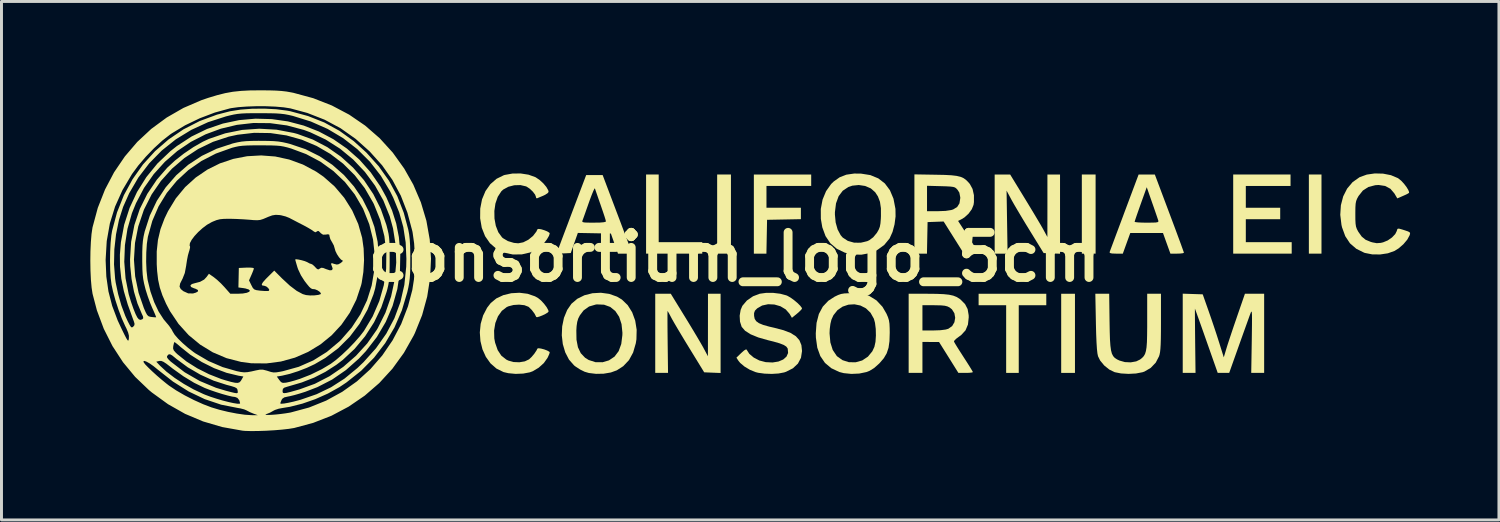
<source format=kicad_pcb>
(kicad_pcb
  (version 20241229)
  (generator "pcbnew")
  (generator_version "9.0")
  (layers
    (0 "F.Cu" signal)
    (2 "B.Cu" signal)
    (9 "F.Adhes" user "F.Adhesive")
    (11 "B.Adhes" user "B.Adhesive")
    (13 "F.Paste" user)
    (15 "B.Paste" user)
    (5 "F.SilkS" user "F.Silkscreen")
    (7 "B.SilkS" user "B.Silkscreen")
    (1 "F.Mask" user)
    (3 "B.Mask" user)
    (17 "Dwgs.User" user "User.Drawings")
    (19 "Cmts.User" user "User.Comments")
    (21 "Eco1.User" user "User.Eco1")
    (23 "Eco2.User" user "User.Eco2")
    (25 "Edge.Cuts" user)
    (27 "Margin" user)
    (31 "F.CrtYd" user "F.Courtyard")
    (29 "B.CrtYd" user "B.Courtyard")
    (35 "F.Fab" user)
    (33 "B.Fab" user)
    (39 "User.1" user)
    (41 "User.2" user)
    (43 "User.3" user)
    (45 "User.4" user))
  (footprint "consortium_logo_5cm"
    (layer "F.Cu")
    (at 21.746 5.63)
    (property "Reference" "consortium_logo_5cm" (at 0 0 0) (layer "F.SilkS") (effects (font (size 1.524 1.524) (thickness 0.3))))
    (attr board_only exclude_from_pos_files exclude_from_bom)
    (fp_poly (pts (xy -0.116 -0.116) (xy -0.581 -0.116) (xy -0.581 -2.788) (xy -0.116 -2.788)) (stroke (width 0) (type solid)) (fill yes) (layer "F.SilkS"))
    (fp_poly (pts (xy 11.5 3.911) (xy 11.035 3.911) (xy 11.035 1.239) (xy 11.5 1.239)) (stroke (width 0) (type solid)) (fill yes) (layer "F.SilkS"))
    (fp_poly (pts (xy 12.197 -0.116) (xy 11.732 -0.116) (xy 11.732 -2.788) (xy 12.197 -2.788)) (stroke (width 0) (type solid)) (fill yes) (layer "F.SilkS"))
    (fp_poly (pts (xy 19.824 -0.116) (xy 19.398 -0.116) (xy 19.398 -2.788) (xy 19.824 -2.788)) (stroke (width 0) (type solid)) (fill yes) (layer "F.SilkS"))
    (fp_poly (pts (xy -2.555 -0.503) (xy -1.084 -0.503) (xy -1.084 -0.116) (xy -2.981 -0.116) (xy -2.981 -2.788) (xy -2.555 -2.788)) (stroke (width 0) (type solid)) (fill yes) (layer "F.SilkS"))
    (fp_poly (pts (xy 10.532 1.626) (xy 9.602 1.626) (xy 9.602 3.911) (xy 9.177 3.911) (xy 9.177 1.626) (xy 8.247 1.626) (xy 8.247 1.239) (xy 10.532 1.239)) (stroke (width 0) (type solid)) (fill yes) (layer "F.SilkS"))
    (fp_poly (pts (xy 2.594 -2.401) (xy 1.084 -2.401) (xy 1.084 -1.665) (xy 2.246 -1.665) (xy 2.246 -1.28) (xy 1.675 -1.269) (xy 1.104 -1.258) (xy 1.093 -0.687) (xy 1.082 -0.116) (xy 0.658 -0.116) (xy 0.658 -2.788) (xy 2.594 -2.788)) (stroke (width 0) (type solid)) (fill yes) (layer "F.SilkS"))
    (fp_poly (pts (xy 18.779 -2.401) (xy 17.269 -2.401) (xy 17.269 -1.665) (xy 18.43 -1.665) (xy 18.43 -1.278) (xy 17.269 -1.278) (xy 17.269 -0.503) (xy 18.818 -0.503) (xy 18.818 -0.116) (xy 16.843 -0.116) (xy 16.843 -2.788) (xy 18.779 -2.788)) (stroke (width 0) (type solid)) (fill yes) (layer "F.SilkS"))
    (fp_poly (pts (xy 10.996 -0.113) (xy 10.719 -0.124) (xy 10.442 -0.136) (xy 9.977 -0.891) (xy 9.831 -1.129) (xy 9.689 -1.365) (xy 9.559 -1.584) (xy 9.449 -1.771) (xy 9.369 -1.912) (xy 9.351 -1.945) (xy 9.191 -2.244) (xy 9.208 -1.18) (xy 9.225 -0.116) (xy 8.789 -0.116) (xy 8.789 -2.788) (xy 9.051 -2.788) (xy 9.312 -2.788) (xy 9.815 -1.965) (xy 9.962 -1.723) (xy 10.103 -1.49) (xy 10.23 -1.277) (xy 10.336 -1.098) (xy 10.413 -0.964) (xy 10.443 -0.91) (xy 10.569 -0.678) (xy 10.57 -1.733) (xy 10.57 -2.788) (xy 10.996 -2.788)) (stroke (width 0) (type solid)) (fill yes) (layer "F.SilkS"))
    (fp_poly (pts (xy -1.665 2.023) (xy -1.518 2.263) (xy -1.377 2.497) (xy -1.248 2.713) (xy -1.14 2.897) (xy -1.061 3.035) (xy -1.038 3.078) (xy -0.893 3.349) (xy -0.892 2.294) (xy -0.891 1.239) (xy -0.465 1.239) (xy -0.465 3.914) (xy -0.742 3.903) (xy -1.019 3.891) (xy -1.518 3.078) (xy -1.664 2.839) (xy -1.803 2.608) (xy -1.928 2.399) (xy -2.031 2.223) (xy -2.105 2.093) (xy -2.132 2.042) (xy -2.192 1.929) (xy -2.237 1.848) (xy -2.256 1.82) (xy -2.258 1.857) (xy -2.259 1.961) (xy -2.259 2.123) (xy -2.258 2.333) (xy -2.256 2.58) (xy -2.253 2.854) (xy -2.253 2.865) (xy -2.24 3.911) (xy -2.672 3.911) (xy -2.672 1.239) (xy -2.147 1.239)) (stroke (width 0) (type solid)) (fill yes) (layer "F.SilkS"))
    (fp_poly (pts (xy 12.668 2.178) (xy 12.674 2.513) (xy 12.682 2.779) (xy 12.696 2.986) (xy 12.717 3.144) (xy 12.747 3.26) (xy 12.79 3.344) (xy 12.847 3.407) (xy 12.921 3.455) (xy 13.003 3.494) (xy 13.186 3.546) (xy 13.384 3.555) (xy 13.569 3.522) (xy 13.699 3.459) (xy 13.769 3.403) (xy 13.824 3.344) (xy 13.866 3.271) (xy 13.896 3.174) (xy 13.917 3.045) (xy 13.93 2.873) (xy 13.936 2.649) (xy 13.939 2.362) (xy 13.939 2.178) (xy 13.939 1.239) (xy 14.404 1.239) (xy 14.404 2.2) (xy 14.403 2.515) (xy 14.4 2.763) (xy 14.394 2.954) (xy 14.385 3.1) (xy 14.373 3.21) (xy 14.356 3.295) (xy 14.34 3.348) (xy 14.228 3.564) (xy 14.058 3.742) (xy 13.848 3.865) (xy 13.779 3.889) (xy 13.56 3.931) (xy 13.306 3.944) (xy 13.054 3.929) (xy 12.842 3.887) (xy 12.66 3.799) (xy 12.488 3.66) (xy 12.35 3.493) (xy 12.279 3.349) (xy 12.259 3.256) (xy 12.242 3.102) (xy 12.228 2.884) (xy 12.216 2.596) (xy 12.207 2.234) (xy 12.207 2.217) (xy 12.188 1.239) (xy 12.656 1.239)) (stroke (width 0) (type solid)) (fill yes) (layer "F.SilkS"))
    (fp_poly (pts (xy 14.688 -1.481) (xy 14.801 -1.18) (xy 14.905 -0.902) (xy 14.996 -0.655) (xy 15.073 -0.447) (xy 15.13 -0.288) (xy 15.167 -0.184) (xy 15.179 -0.145) (xy 15.143 -0.13) (xy 15.052 -0.119) (xy 14.95 -0.116) (xy 14.723 -0.116) (xy 14.597 -0.465) (xy 14.472 -0.813) (xy 13.368 -0.813) (xy 13.242 -0.465) (xy 13.116 -0.116) (xy 12.885 -0.116) (xy 12.749 -0.121) (xy 12.681 -0.138) (xy 12.67 -0.165) (xy 12.686 -0.211) (xy 12.727 -0.321) (xy 12.789 -0.487) (xy 12.868 -0.7) (xy 12.962 -0.951) (xy 13.052 -1.191) (xy 13.514 -1.191) (xy 13.55 -1.179) (xy 13.647 -1.169) (xy 13.79 -1.163) (xy 13.924 -1.162) (xy 14.107 -1.163) (xy 14.224 -1.167) (xy 14.29 -1.178) (xy 14.316 -1.196) (xy 14.316 -1.225) (xy 14.315 -1.229) (xy 14.295 -1.289) (xy 14.255 -1.407) (xy 14.2 -1.567) (xy 14.135 -1.755) (xy 14.109 -1.828) (xy 13.924 -2.359) (xy 13.72 -1.79) (xy 13.65 -1.592) (xy 13.59 -1.421) (xy 13.545 -1.288) (xy 13.519 -1.208) (xy 13.514 -1.191) (xy 13.052 -1.191) (xy 13.067 -1.231) (xy 13.167 -1.5) (xy 13.649 -2.787) (xy 13.923 -2.787) (xy 14.197 -2.788)) (stroke (width 0) (type solid)) (fill yes) (layer "F.SilkS"))
    (fp_poly (pts (xy 6.805 -2.78) (xy 7.099 -2.774) (xy 7.328 -2.762) (xy 7.504 -2.741) (xy 7.639 -2.709) (xy 7.744 -2.662) (xy 7.832 -2.596) (xy 7.916 -2.509) (xy 7.952 -2.466) (xy 8.042 -2.3) (xy 8.089 -2.089) (xy 8.089 -1.855) (xy 8.076 -1.763) (xy 8.017 -1.616) (xy 7.908 -1.466) (xy 7.767 -1.338) (xy 7.682 -1.285) (xy 7.554 -1.22) (xy 7.901 -0.687) (xy 8.017 -0.508) (xy 8.116 -0.352) (xy 8.192 -0.231) (xy 8.237 -0.155) (xy 8.247 -0.136) (xy 8.212 -0.126) (xy 8.12 -0.119) (xy 7.998 -0.116) (xy 7.749 -0.116) (xy 7.408 -0.658) (xy 7.066 -1.201) (xy 6.795 -1.191) (xy 6.524 -1.181) (xy 6.513 -0.649) (xy 6.503 -0.116) (xy 6.079 -0.116) (xy 6.079 -2.407) (xy 6.505 -2.407) (xy 6.505 -1.549) (xy 6.872 -1.549) (xy 7.131 -1.559) (xy 7.322 -1.588) (xy 7.389 -1.609) (xy 7.523 -1.691) (xy 7.6 -1.813) (xy 7.627 -1.987) (xy 7.628 -2.013) (xy 7.596 -2.177) (xy 7.534 -2.273) (xy 7.492 -2.318) (xy 7.448 -2.35) (xy 7.387 -2.369) (xy 7.292 -2.381) (xy 7.15 -2.389) (xy 6.973 -2.394) (xy 6.505 -2.407) (xy 6.079 -2.407) (xy 6.079 -2.792)) (stroke (width 0) (type solid)) (fill yes) (layer "F.SilkS"))
    (fp_poly (pts (xy 15.477 1.247) (xy 15.814 1.258) (xy 16.019 1.839) (xy 16.106 2.09) (xy 16.199 2.365) (xy 16.288 2.634) (xy 16.362 2.866) (xy 16.374 2.903) (xy 16.525 3.386) (xy 16.611 3.097) (xy 16.65 2.97) (xy 16.71 2.787) (xy 16.784 2.564) (xy 16.867 2.317) (xy 16.955 2.062) (xy 16.968 2.023) (xy 17.239 1.239) (xy 17.888 1.239) (xy 17.888 3.911) (xy 17.452 3.911) (xy 17.47 2.826) (xy 17.474 2.509) (xy 17.477 2.263) (xy 17.478 2.08) (xy 17.477 1.954) (xy 17.472 1.877) (xy 17.464 1.842) (xy 17.453 1.843) (xy 17.438 1.872) (xy 17.425 1.906) (xy 17.394 1.988) (xy 17.343 2.131) (xy 17.274 2.323) (xy 17.192 2.551) (xy 17.102 2.803) (xy 17.035 2.991) (xy 16.708 3.911) (xy 16.514 3.91) (xy 16.32 3.91) (xy 15.938 2.826) (xy 15.842 2.553) (xy 15.754 2.305) (xy 15.678 2.092) (xy 15.617 1.922) (xy 15.574 1.803) (xy 15.553 1.746) (xy 15.551 1.742) (xy 15.55 1.779) (xy 15.55 1.884) (xy 15.551 2.047) (xy 15.553 2.257) (xy 15.555 2.506) (xy 15.558 2.783) (xy 15.558 2.826) (xy 15.571 3.911) (xy 15.139 3.911) (xy 15.139 1.236)) (stroke (width 0) (type solid)) (fill yes) (layer "F.SilkS"))
    (fp_poly (pts (xy 6.828 1.242) (xy 7.064 1.252) (xy 7.247 1.271) (xy 7.39 1.302) (xy 7.504 1.347) (xy 7.603 1.408) (xy 7.643 1.44) (xy 7.79 1.59) (xy 7.876 1.756) (xy 7.911 1.962) (xy 7.913 2.036) (xy 7.887 2.278) (xy 7.805 2.474) (xy 7.66 2.632) (xy 7.579 2.691) (xy 7.483 2.763) (xy 7.424 2.825) (xy 7.415 2.854) (xy 7.441 2.902) (xy 7.501 3.002) (xy 7.588 3.141) (xy 7.694 3.306) (xy 7.742 3.381) (xy 7.852 3.551) (xy 7.945 3.698) (xy 8.013 3.81) (xy 8.05 3.875) (xy 8.054 3.885) (xy 8.018 3.898) (xy 7.926 3.908) (xy 7.809 3.911) (xy 7.564 3.911) (xy 7.238 3.389) (xy 6.911 2.868) (xy 6.631 2.867) (xy 6.35 2.865) (xy 6.35 3.911) (xy 5.885 3.911) (xy 5.885 1.626) (xy 6.35 1.626) (xy 6.35 2.478) (xy 6.719 2.478) (xy 6.955 2.47) (xy 7.135 2.447) (xy 7.224 2.421) (xy 7.353 2.331) (xy 7.43 2.2) (xy 7.456 2.05) (xy 7.429 1.898) (xy 7.347 1.766) (xy 7.267 1.702) (xy 7.194 1.666) (xy 7.104 1.643) (xy 6.978 1.631) (xy 6.798 1.627) (xy 6.747 1.626) (xy 6.35 1.626) (xy 5.885 1.626) (xy 5.885 1.239) (xy 6.526 1.239)) (stroke (width 0) (type solid)) (fill yes) (layer "F.SilkS"))
    (fp_poly (pts (xy -4.03 -1.665) (xy -3.921 -1.377) (xy -3.817 -1.102) (xy -3.723 -0.851) (xy -3.642 -0.636) (xy -3.578 -0.468) (xy -3.537 -0.357) (xy -3.53 -0.339) (xy -3.447 -0.116) (xy -3.689 -0.116) (xy -3.93 -0.116) (xy -4.05 -0.455) (xy -4.169 -0.794) (xy -5.285 -0.815) (xy -5.405 -0.475) (xy -5.524 -0.136) (xy -5.763 -0.124) (xy -5.887 -0.12) (xy -5.973 -0.12) (xy -6 -0.124) (xy -5.987 -0.162) (xy -5.949 -0.263) (xy -5.89 -0.421) (xy -5.813 -0.627) (xy -5.72 -0.873) (xy -5.615 -1.151) (xy -5.597 -1.199) (xy -5.136 -1.199) (xy -5.117 -1.18) (xy -5.06 -1.168) (xy -4.952 -1.163) (xy -4.781 -1.162) (xy -4.747 -1.162) (xy -4.538 -1.165) (xy -4.403 -1.177) (xy -4.341 -1.196) (xy -4.337 -1.205) (xy -4.349 -1.256) (xy -4.382 -1.365) (xy -4.433 -1.518) (xy -4.495 -1.699) (xy -4.515 -1.757) (xy -4.581 -1.946) (xy -4.638 -2.111) (xy -4.682 -2.238) (xy -4.707 -2.311) (xy -4.709 -2.32) (xy -4.727 -2.305) (xy -4.764 -2.228) (xy -4.817 -2.099) (xy -4.88 -1.931) (xy -4.914 -1.836) (xy -4.983 -1.64) (xy -5.044 -1.466) (xy -5.093 -1.329) (xy -5.124 -1.245) (xy -5.13 -1.229) (xy -5.136 -1.199) (xy -5.597 -1.199) (xy -5.502 -1.452) (xy -5.004 -2.768) (xy -4.447 -2.768)) (stroke (width 0) (type solid)) (fill yes) (layer "F.SilkS"))
    (fp_poly (pts (xy -4.225 1.243) (xy -3.962 1.336) (xy -3.8 1.433) (xy -3.603 1.622) (xy -3.451 1.864) (xy -3.348 2.146) (xy -3.299 2.454) (xy -3.307 2.777) (xy -3.328 2.911) (xy -3.419 3.224) (xy -3.559 3.48) (xy -3.752 3.684) (xy -3.969 3.824) (xy -4.171 3.897) (xy -4.415 3.938) (xy -4.672 3.943) (xy -4.913 3.914) (xy -5.056 3.872) (xy -5.208 3.797) (xy -5.36 3.698) (xy -5.412 3.658) (xy -5.584 3.462) (xy -5.711 3.217) (xy -5.793 2.939) (xy -5.827 2.642) (xy -5.82 2.475) (xy -5.336 2.475) (xy -5.331 2.79) (xy -5.282 3.045) (xy -5.186 3.246) (xy -5.041 3.399) (xy -4.919 3.475) (xy -4.69 3.549) (xy -4.45 3.551) (xy -4.235 3.488) (xy -4.046 3.361) (xy -3.907 3.176) (xy -3.819 2.935) (xy -3.782 2.637) (xy -3.78 2.555) (xy -3.81 2.263) (xy -3.891 2.016) (xy -4.02 1.822) (xy -4.191 1.684) (xy -4.4 1.608) (xy -4.642 1.598) (xy -4.68 1.603) (xy -4.906 1.669) (xy -5.091 1.801) (xy -5.216 1.966) (xy -5.272 2.075) (xy -5.306 2.188) (xy -5.327 2.331) (xy -5.336 2.475) (xy -5.82 2.475) (xy -5.814 2.341) (xy -5.754 2.051) (xy -5.645 1.786) (xy -5.501 1.577) (xy -5.304 1.409) (xy -5.062 1.289) (xy -4.791 1.221) (xy -4.507 1.205)) (stroke (width 0) (type solid)) (fill yes) (layer "F.SilkS"))
    (fp_poly (pts (xy 4.275 -2.818) (xy 4.591 -2.768) (xy 4.86 -2.657) (xy 5.081 -2.486) (xy 5.252 -2.257) (xy 5.372 -1.972) (xy 5.438 -1.632) (xy 5.439 -1.626) (xy 5.443 -1.372) (xy 5.408 -1.103) (xy 5.34 -0.848) (xy 5.245 -0.637) (xy 5.236 -0.622) (xy 5.061 -0.41) (xy 4.836 -0.246) (xy 4.574 -0.134) (xy 4.289 -0.08) (xy 3.994 -0.087) (xy 3.73 -0.149) (xy 3.459 -0.28) (xy 3.241 -0.466) (xy 3.078 -0.708) (xy 2.969 -1.005) (xy 2.92 -1.29) (xy 2.919 -1.432) (xy 3.395 -1.432) (xy 3.42 -1.167) (xy 3.487 -0.93) (xy 3.589 -0.739) (xy 3.658 -0.659) (xy 3.831 -0.546) (xy 4.041 -0.487) (xy 4.267 -0.483) (xy 4.486 -0.537) (xy 4.555 -0.569) (xy 4.689 -0.669) (xy 4.809 -0.815) (xy 4.819 -0.83) (xy 4.875 -0.929) (xy 4.911 -1.022) (xy 4.932 -1.134) (xy 4.945 -1.288) (xy 4.949 -1.38) (xy 4.948 -1.651) (xy 4.916 -1.867) (xy 4.847 -2.048) (xy 4.754 -2.19) (xy 4.607 -2.318) (xy 4.415 -2.401) (xy 4.201 -2.433) (xy 3.983 -2.411) (xy 3.848 -2.365) (xy 3.659 -2.239) (xy 3.52 -2.054) (xy 3.432 -1.813) (xy 3.395 -1.516) (xy 3.395 -1.432) (xy 2.919 -1.432) (xy 2.918 -1.624) (xy 2.978 -1.94) (xy 3.096 -2.225) (xy 3.267 -2.466) (xy 3.354 -2.551) (xy 3.555 -2.694) (xy 3.781 -2.782) (xy 4.046 -2.82)) (stroke (width 0) (type solid)) (fill yes) (layer "F.SilkS"))
    (fp_poly (pts (xy -6.983 1.239) (xy -6.732 1.325) (xy -6.629 1.383) (xy -6.529 1.465) (xy -6.427 1.575) (xy -6.339 1.691) (xy -6.284 1.792) (xy -6.273 1.839) (xy -6.304 1.874) (xy -6.381 1.921) (xy -6.482 1.97) (xy -6.582 2.009) (xy -6.659 2.03) (xy -6.689 2.024) (xy -6.747 1.911) (xy -6.838 1.789) (xy -6.934 1.693) (xy -6.955 1.677) (xy -7.09 1.625) (xy -7.267 1.606) (xy -7.456 1.618) (xy -7.63 1.663) (xy -7.686 1.688) (xy -7.852 1.816) (xy -7.982 2.001) (xy -8.071 2.227) (xy -8.113 2.481) (xy -8.106 2.747) (xy -8.079 2.89) (xy -7.992 3.141) (xy -7.869 3.328) (xy -7.703 3.46) (xy -7.635 3.494) (xy -7.457 3.544) (xy -7.26 3.552) (xy -7.075 3.521) (xy -6.933 3.454) (xy -6.845 3.371) (xy -6.751 3.258) (xy -6.677 3.146) (xy -6.651 3.09) (xy -6.611 3.078) (xy -6.525 3.09) (xy -6.42 3.118) (xy -6.32 3.156) (xy -6.251 3.195) (xy -6.234 3.218) (xy -6.25 3.273) (xy -6.291 3.367) (xy -6.31 3.405) (xy -6.434 3.58) (xy -6.609 3.737) (xy -6.808 3.855) (xy -6.907 3.892) (xy -7.132 3.934) (xy -7.386 3.944) (xy -7.633 3.921) (xy -7.794 3.883) (xy -8.033 3.765) (xy -8.233 3.59) (xy -8.391 3.369) (xy -8.506 3.114) (xy -8.574 2.836) (xy -8.595 2.546) (xy -8.566 2.254) (xy -8.484 1.972) (xy -8.349 1.711) (xy -8.226 1.552) (xy -8.037 1.396) (xy -7.8 1.285) (xy -7.534 1.221) (xy -7.256 1.205)) (stroke (width 0) (type solid)) (fill yes) (layer "F.SilkS"))
    (fp_poly (pts (xy -6.952 -2.782) (xy -6.725 -2.701) (xy -6.704 -2.69) (xy -6.573 -2.601) (xy -6.449 -2.487) (xy -6.348 -2.366) (xy -6.285 -2.255) (xy -6.273 -2.2) (xy -6.306 -2.157) (xy -6.389 -2.103) (xy -6.455 -2.071) (xy -6.566 -2.025) (xy -6.646 -1.991) (xy -6.668 -1.981) (xy -6.695 -2) (xy -6.698 -2.027) (xy -6.728 -2.108) (xy -6.804 -2.208) (xy -6.905 -2.305) (xy -7.012 -2.376) (xy -7.034 -2.387) (xy -7.224 -2.431) (xy -7.432 -2.425) (xy -7.634 -2.373) (xy -7.804 -2.28) (xy -7.868 -2.221) (xy -7.989 -2.035) (xy -8.068 -1.808) (xy -8.104 -1.557) (xy -8.1 -1.301) (xy -8.055 -1.055) (xy -7.971 -0.839) (xy -7.847 -0.668) (xy -7.815 -0.639) (xy -7.648 -0.54) (xy -7.444 -0.479) (xy -7.297 -0.465) (xy -7.128 -0.498) (xy -6.955 -0.586) (xy -6.799 -0.713) (xy -6.685 -0.861) (xy -6.651 -0.937) (xy -6.61 -0.951) (xy -6.525 -0.939) (xy -6.421 -0.908) (xy -6.321 -0.868) (xy -6.252 -0.825) (xy -6.234 -0.798) (xy -6.26 -0.716) (xy -6.327 -0.602) (xy -6.42 -0.479) (xy -6.523 -0.367) (xy -6.615 -0.29) (xy -6.88 -0.159) (xy -7.174 -0.091) (xy -7.479 -0.087) (xy -7.774 -0.15) (xy -7.775 -0.151) (xy -8.036 -0.28) (xy -8.252 -0.467) (xy -8.417 -0.705) (xy -8.529 -0.988) (xy -8.584 -1.308) (xy -8.581 -1.637) (xy -8.52 -1.95) (xy -8.404 -2.228) (xy -8.238 -2.462) (xy -8.03 -2.643) (xy -7.786 -2.763) (xy -7.753 -2.773) (xy -7.493 -2.82) (xy -7.217 -2.823)) (stroke (width 0) (type solid)) (fill yes) (layer "F.SilkS"))
    (fp_poly (pts (xy 4.18 1.223) (xy 4.323 1.237) (xy 4.438 1.264) (xy 4.55 1.309) (xy 4.8 1.464) (xy 5.001 1.679) (xy 5.136 1.912) (xy 5.187 2.03) (xy 5.219 2.135) (xy 5.237 2.25) (xy 5.244 2.401) (xy 5.246 2.555) (xy 5.237 2.839) (xy 5.205 3.064) (xy 5.143 3.25) (xy 5.046 3.415) (xy 4.907 3.577) (xy 4.882 3.602) (xy 4.72 3.746) (xy 4.569 3.839) (xy 4.458 3.883) (xy 4.217 3.933) (xy 3.95 3.945) (xy 3.693 3.919) (xy 3.542 3.88) (xy 3.272 3.752) (xy 3.059 3.573) (xy 2.902 3.343) (xy 2.8 3.06) (xy 2.753 2.723) (xy 2.749 2.578) (xy 2.749 2.575) (xy 3.214 2.575) (xy 3.241 2.882) (xy 3.321 3.136) (xy 3.454 3.335) (xy 3.47 3.352) (xy 3.652 3.481) (xy 3.866 3.549) (xy 4.094 3.553) (xy 4.318 3.49) (xy 4.319 3.489) (xy 4.51 3.362) (xy 4.659 3.18) (xy 4.728 3.031) (xy 4.765 2.862) (xy 4.779 2.65) (xy 4.774 2.425) (xy 4.748 2.219) (xy 4.711 2.083) (xy 4.597 1.88) (xy 4.442 1.731) (xy 4.257 1.636) (xy 4.055 1.595) (xy 3.851 1.607) (xy 3.655 1.673) (xy 3.482 1.792) (xy 3.345 1.964) (xy 3.277 2.114) (xy 3.243 2.255) (xy 3.22 2.432) (xy 3.214 2.575) (xy 2.749 2.575) (xy 2.775 2.222) (xy 2.853 1.922) (xy 2.986 1.673) (xy 3.174 1.474) (xy 3.386 1.337) (xy 3.503 1.281) (xy 3.604 1.246) (xy 3.713 1.228) (xy 3.858 1.221) (xy 3.985 1.22)) (stroke (width 0) (type solid)) (fill yes) (layer "F.SilkS"))
    (fp_poly (pts (xy 21.904 -2.817) (xy 22.169 -2.765) (xy 22.397 -2.669) (xy 22.43 -2.648) (xy 22.519 -2.575) (xy 22.611 -2.475) (xy 22.694 -2.366) (xy 22.755 -2.266) (xy 22.783 -2.191) (xy 22.777 -2.165) (xy 22.727 -2.135) (xy 22.631 -2.089) (xy 22.566 -2.06) (xy 22.384 -1.981) (xy 22.285 -2.149) (xy 22.152 -2.305) (xy 21.973 -2.401) (xy 21.754 -2.434) (xy 21.641 -2.427) (xy 21.408 -2.367) (xy 21.221 -2.246) (xy 21.073 -2.059) (xy 21.073 -2.058) (xy 21.026 -1.972) (xy 20.995 -1.893) (xy 20.977 -1.801) (xy 20.969 -1.676) (xy 20.967 -1.498) (xy 20.967 -1.452) (xy 20.968 -1.26) (xy 20.975 -1.125) (xy 20.99 -1.028) (xy 21.018 -0.948) (xy 21.061 -0.865) (xy 21.072 -0.848) (xy 21.183 -0.691) (xy 21.313 -0.585) (xy 21.486 -0.513) (xy 21.545 -0.496) (xy 21.69 -0.469) (xy 21.825 -0.479) (xy 21.906 -0.498) (xy 22.061 -0.562) (xy 22.205 -0.662) (xy 22.315 -0.778) (xy 22.366 -0.88) (xy 22.381 -0.934) (xy 22.403 -0.959) (xy 22.452 -0.958) (xy 22.545 -0.932) (xy 22.634 -0.904) (xy 22.749 -0.865) (xy 22.805 -0.833) (xy 22.816 -0.793) (xy 22.799 -0.734) (xy 22.72 -0.588) (xy 22.59 -0.434) (xy 22.432 -0.296) (xy 22.29 -0.207) (xy 22.065 -0.127) (xy 21.804 -0.088) (xy 21.536 -0.091) (xy 21.293 -0.139) (xy 21.265 -0.148) (xy 20.999 -0.28) (xy 20.786 -0.464) (xy 20.627 -0.705) (xy 20.518 -1.003) (xy 20.499 -1.085) (xy 20.458 -1.426) (xy 20.479 -1.751) (xy 20.557 -2.049) (xy 20.69 -2.312) (xy 20.874 -2.53) (xy 21.105 -2.693) (xy 21.116 -2.699) (xy 21.354 -2.785) (xy 21.625 -2.824)) (stroke (width 0) (type solid)) (fill yes) (layer "F.SilkS"))
    (fp_poly (pts (xy 1.311 1.209) (xy 1.549 1.238) (xy 1.752 1.292) (xy 1.787 1.306) (xy 1.893 1.366) (xy 2.013 1.452) (xy 2.128 1.548) (xy 2.222 1.641) (xy 2.277 1.714) (xy 2.284 1.738) (xy 2.257 1.779) (xy 2.185 1.85) (xy 2.114 1.912) (xy 1.943 2.051) (xy 1.864 1.917) (xy 1.733 1.767) (xy 1.556 1.661) (xy 1.352 1.602) (xy 1.139 1.592) (xy 0.937 1.636) (xy 0.771 1.732) (xy 0.694 1.81) (xy 0.665 1.892) (xy 0.666 1.988) (xy 0.686 2.086) (xy 0.737 2.165) (xy 0.828 2.231) (xy 0.97 2.29) (xy 1.172 2.347) (xy 1.349 2.388) (xy 1.66 2.47) (xy 1.901 2.563) (xy 2.078 2.675) (xy 2.196 2.809) (xy 2.263 2.972) (xy 2.284 3.168) (xy 2.284 3.174) (xy 2.249 3.402) (xy 2.145 3.598) (xy 1.976 3.756) (xy 1.747 3.872) (xy 1.68 3.895) (xy 1.491 3.931) (xy 1.261 3.945) (xy 1.021 3.936) (xy 0.804 3.907) (xy 0.718 3.885) (xy 0.524 3.806) (xy 0.342 3.697) (xy 0.196 3.574) (xy 0.137 3.501) (xy 0.069 3.397) (xy 0.233 3.238) (xy 0.329 3.153) (xy 0.393 3.117) (xy 0.413 3.125) (xy 0.505 3.268) (xy 0.655 3.394) (xy 0.844 3.492) (xy 1.055 3.547) (xy 1.062 3.548) (xy 1.29 3.559) (xy 1.489 3.527) (xy 1.649 3.459) (xy 1.76 3.361) (xy 1.814 3.239) (xy 1.802 3.098) (xy 1.796 3.08) (xy 1.753 3.022) (xy 1.667 2.967) (xy 1.529 2.913) (xy 1.329 2.855) (xy 1.135 2.807) (xy 0.808 2.714) (xy 0.549 2.608) (xy 0.361 2.488) (xy 0.248 2.357) (xy 0.245 2.352) (xy 0.19 2.18) (xy 0.179 1.98) (xy 0.212 1.783) (xy 0.27 1.647) (xy 0.424 1.466) (xy 0.63 1.324) (xy 0.857 1.238) (xy 1.07 1.209)) (stroke (width 0) (type solid)) (fill yes) (layer "F.SilkS"))
    (fp_poly (pts (xy -15.502 -3.396) (xy -15.029 -3.293) (xy -14.567 -3.124) (xy -14.122 -2.886) (xy -13.87 -2.712) (xy -13.497 -2.383) (xy -13.172 -2) (xy -12.904 -1.574) (xy -12.7 -1.116) (xy -12.568 -0.65) (xy -12.518 -0.289) (xy -12.504 0.107) (xy -12.527 0.504) (xy -12.584 0.872) (xy -12.603 0.951) (xy -12.764 1.437) (xy -12.988 1.883) (xy -13.269 2.287) (xy -13.601 2.644) (xy -13.977 2.95) (xy -14.392 3.202) (xy -14.838 3.396) (xy -15.311 3.527) (xy -15.804 3.591) (xy -16.31 3.586) (xy -16.656 3.54) (xy -17.148 3.413) (xy -17.612 3.216) (xy -18.04 2.954) (xy -18.428 2.633) (xy -18.768 2.256) (xy -19.055 1.829) (xy -19.188 1.576) (xy -19.312 1.293) (xy -19.399 1.032) (xy -19.407 0.997) (xy -18.733 0.997) (xy -18.695 1.078) (xy -18.605 1.152) (xy -18.441 1.226) (xy -18.278 1.229) (xy -18.179 1.2) (xy -18.109 1.157) (xy -18.114 1.112) (xy -18.194 1.07) (xy -18.248 1.053) (xy -18.345 1.01) (xy -18.368 0.958) (xy -18.318 0.911) (xy -18.237 0.887) (xy -18.041 0.836) (xy -17.903 0.76) (xy -17.821 0.672) (xy -17.742 0.564) (xy -17.577 0.679) (xy -17.466 0.768) (xy -17.335 0.89) (xy -17.216 1.016) (xy -17.019 1.239) (xy -16.779 1.239) (xy -16.597 1.23) (xy -16.463 1.206) (xy -16.381 1.171) (xy -16.358 1.132) (xy -16.399 1.094) (xy -16.508 1.06) (xy -16.581 1.048) (xy -16.746 1.026) (xy -16.739 0.697) (xy -16.732 0.368) (xy -16.478 0.356) (xy -16.349 0.355) (xy -16.258 0.364) (xy -16.223 0.38) (xy -16.238 0.434) (xy -16.276 0.531) (xy -16.306 0.602) (xy -16.388 0.787) (xy -16.309 0.949) (xy -16.262 1.038) (xy -16.215 1.089) (xy -16.144 1.116) (xy -16.024 1.133) (xy -15.991 1.136) (xy -15.859 1.146) (xy -15.757 1.146) (xy -15.714 1.138) (xy -15.705 1.099) (xy -15.743 1.043) (xy -15.806 0.992) (xy -15.874 0.968) (xy -15.879 0.968) (xy -15.944 0.957) (xy -15.958 0.919) (xy -15.917 0.848) (xy -15.819 0.738) (xy -15.762 0.681) (xy -15.536 0.457) (xy -15.27 0.724) (xy -15.009 0.966) (xy -14.776 1.142) (xy -14.575 1.25) (xy -14.462 1.283) (xy -14.326 1.296) (xy -14.177 1.293) (xy -14.047 1.277) (xy -13.966 1.251) (xy -13.963 1.217) (xy -14.009 1.167) (xy -14.083 1.119) (xy -14.161 1.088) (xy -14.191 1.084) (xy -14.248 1.079) (xy -14.298 1.056) (xy -14.356 1.003) (xy -14.434 0.909) (xy -14.513 0.806) (xy -14.634 0.617) (xy -14.731 0.411) (xy -14.755 0.341) (xy -14.792 0.215) (xy -14.819 0.121) (xy -14.829 0.082) (xy -14.797 0.074) (xy -14.716 0.084) (xy -14.611 0.107) (xy -14.506 0.137) (xy -14.427 0.169) (xy -14.415 0.176) (xy -14.335 0.219) (xy -14.287 0.232) (xy -14.236 0.259) (xy -14.165 0.325) (xy -14.155 0.338) (xy -14.089 0.404) (xy -14.042 0.416) (xy -14.001 0.39) (xy -13.949 0.361) (xy -13.884 0.367) (xy -13.782 0.408) (xy -13.658 0.448) (xy -13.583 0.439) (xy -13.564 0.383) (xy -13.59 0.311) (xy -13.619 0.23) (xy -13.594 0.203) (xy -13.519 0.229) (xy -13.427 0.252) (xy -13.371 0.244) (xy -13.304 0.208) (xy -13.246 0.163) (xy -13.218 0.127) (xy -13.23 0.116) (xy -13.283 0.084) (xy -13.351 0.005) (xy -13.419 -0.099) (xy -13.47 -0.204) (xy -13.49 -0.273) (xy -13.524 -0.391) (xy -13.585 -0.505) (xy -13.586 -0.505) (xy -13.642 -0.604) (xy -13.668 -0.695) (xy -13.668 -0.7) (xy -13.678 -0.756) (xy -13.724 -0.77) (xy -13.788 -0.76) (xy -13.889 -0.756) (xy -13.962 -0.804) (xy -13.979 -0.823) (xy -14.038 -0.88) (xy -14.083 -0.875) (xy -14.098 -0.862) (xy -14.149 -0.836) (xy -14.21 -0.871) (xy -14.216 -0.876) (xy -14.281 -0.922) (xy -14.395 -0.99) (xy -14.536 -1.067) (xy -14.586 -1.093) (xy -14.744 -1.174) (xy -14.893 -1.252) (xy -15.007 -1.311) (xy -15.027 -1.322) (xy -15.153 -1.372) (xy -15.306 -1.411) (xy -15.36 -1.419) (xy -15.488 -1.426) (xy -15.603 -1.408) (xy -15.74 -1.358) (xy -15.792 -1.335) (xy -15.913 -1.284) (xy -16.009 -1.254) (xy -16.107 -1.244) (xy -16.235 -1.248) (xy -16.369 -1.26) (xy -16.58 -1.275) (xy -16.82 -1.287) (xy -17.039 -1.293) (xy -17.056 -1.293) (xy -17.237 -1.29) (xy -17.37 -1.277) (xy -17.484 -1.248) (xy -17.609 -1.198) (xy -17.656 -1.176) (xy -17.806 -1.091) (xy -17.957 -0.977) (xy -18.101 -0.847) (xy -18.227 -0.712) (xy -18.324 -0.583) (xy -18.383 -0.472) (xy -18.394 -0.389) (xy -18.38 -0.363) (xy -18.379 -0.317) (xy -18.401 -0.226) (xy -18.416 -0.18) (xy -18.45 -0.06) (xy -18.482 0.103) (xy -18.508 0.274) (xy -18.508 0.281) (xy -18.556 0.538) (xy -18.633 0.733) (xy -18.642 0.749) (xy -18.714 0.892) (xy -18.733 0.997) (xy -19.407 0.997) (xy -19.457 0.766) (xy -19.491 0.468) (xy -19.504 0.242) (xy -19.504 -0.191) (xy -19.463 -0.578) (xy -19.377 -0.942) (xy -19.24 -1.305) (xy -19.123 -1.549) (xy -18.859 -1.982) (xy -18.545 -2.362) (xy -18.187 -2.686) (xy -17.792 -2.954) (xy -17.367 -3.165) (xy -16.918 -3.315) (xy -16.453 -3.405) (xy -15.979 -3.432)) (stroke (width 0) (type solid)) (fill yes) (layer "F.SilkS"))
    (fp_poly (pts (xy -15.704 -5.628) (xy -15.476 -5.621) (xy -15.288 -5.608) (xy -15.122 -5.589) (xy -14.96 -5.56) (xy -14.885 -5.545) (xy -14.218 -5.364) (xy -13.591 -5.118) (xy -13.006 -4.809) (xy -12.467 -4.44) (xy -11.975 -4.012) (xy -11.534 -3.527) (xy -11.147 -2.987) (xy -10.841 -2.446) (xy -10.585 -1.848) (xy -10.399 -1.228) (xy -10.286 -0.592) (xy -10.243 0.052) (xy -10.272 0.697) (xy -10.372 1.336) (xy -10.543 1.96) (xy -10.786 2.563) (xy -10.827 2.648) (xy -11.158 3.234) (xy -11.546 3.77) (xy -11.989 4.253) (xy -12.482 4.68) (xy -13.022 5.049) (xy -13.603 5.357) (xy -14.224 5.599) (xy -14.864 5.771) (xy -15.042 5.8) (xy -15.273 5.826) (xy -15.537 5.848) (xy -15.814 5.864) (xy -16.085 5.873) (xy -16.33 5.875) (xy -16.528 5.869) (xy -16.611 5.861) (xy -17.294 5.739) (xy -17.938 5.55) (xy -18.546 5.294) (xy -19.122 4.968) (xy -19.667 4.573) (xy -19.772 4.486) (xy -20.233 4.045) (xy -20.643 3.55) (xy -20.664 3.517) (xy -19.953 3.517) (xy -19.942 3.559) (xy -19.89 3.627) (xy -19.79 3.73) (xy -19.657 3.858) (xy -19.502 3.999) (xy -19.338 4.14) (xy -19.18 4.269) (xy -19.091 4.338) (xy -18.852 4.499) (xy -18.563 4.667) (xy -18.248 4.828) (xy -17.932 4.97) (xy -17.656 5.075) (xy -17.388 5.156) (xy -17.095 5.227) (xy -16.801 5.284) (xy -16.531 5.323) (xy -16.308 5.338) (xy -16.301 5.338) (xy -16.088 5.34) (xy -16.233 5.288) (xy -16.352 5.239) (xy -16.455 5.186) (xy -16.465 5.18) (xy -16.553 5.142) (xy -16.683 5.109) (xy -16.766 5.095) (xy -17.328 4.984) (xy -17.883 4.797) (xy -18.427 4.537) (xy -18.957 4.203) (xy -19.469 3.8) (xy -19.476 3.794) (xy -19.612 3.683) (xy -19.738 3.594) (xy -19.844 3.534) (xy -19.846 3.533) (xy -19.52 3.533) (xy -19.392 3.669) (xy -19.173 3.871) (xy -18.898 4.08) (xy -18.588 4.283) (xy -18.26 4.468) (xy -17.934 4.622) (xy -17.867 4.65) (xy -17.681 4.719) (xy -17.48 4.784) (xy -17.277 4.844) (xy -17.086 4.893) (xy -16.918 4.93) (xy -16.787 4.951) (xy -16.707 4.952) (xy -16.688 4.939) (xy -16.715 4.837) (xy -16.779 4.756) (xy -16.857 4.724) (xy -16.956 4.711) (xy -17.108 4.675) (xy -17.295 4.623) (xy -17.498 4.559) (xy -17.699 4.49) (xy -17.879 4.421) (xy -17.903 4.41) (xy -18.241 4.245) (xy -18.6 4.027) (xy -18.96 3.77) (xy -19.035 3.711) (xy -19.178 3.601) (xy -19.278 3.536) (xy -19.351 3.507) (xy -19.41 3.506) (xy -19.421 3.508) (xy -19.52 3.533) (xy -19.846 3.533) (xy -19.919 3.506) (xy -19.953 3.517) (xy -20.664 3.517) (xy -20.776 3.346) (xy -19.157 3.346) (xy -19.152 3.399) (xy -19.094 3.47) (xy -19.029 3.531) (xy -18.561 3.89) (xy -18.052 4.184) (xy -17.507 4.412) (xy -17.172 4.513) (xy -16.991 4.56) (xy -16.873 4.588) (xy -16.805 4.597) (xy -16.773 4.587) (xy -16.767 4.558) (xy -16.772 4.509) (xy -16.773 4.507) (xy -16.784 4.458) (xy -16.815 4.422) (xy -16.88 4.39) (xy -16.992 4.355) (xy -17.144 4.315) (xy -17.583 4.173) (xy -18.028 3.972) (xy -18.453 3.724) (xy -18.834 3.443) (xy -18.877 3.407) (xy -18.984 3.32) (xy -19.054 3.282) (xy -19.101 3.287) (xy -19.112 3.294) (xy -19.157 3.346) (xy -20.776 3.346) (xy -20.946 3.084) (xy -18.952 3.084) (xy -18.929 3.15) (xy -18.863 3.226) (xy -18.806 3.28) (xy -18.499 3.526) (xy -18.135 3.756) (xy -17.738 3.956) (xy -17.327 4.117) (xy -17.191 4.159) (xy -16.997 4.214) (xy -16.861 4.244) (xy -16.771 4.249) (xy -16.711 4.23) (xy -16.667 4.185) (xy -16.643 4.146) (xy -16.579 4.032) (xy -16.74 4.006) (xy -17.146 3.908) (xy -17.567 3.751) (xy -17.982 3.544) (xy -18.372 3.296) (xy -18.693 3.04) (xy -18.795 2.951) (xy -18.872 2.891) (xy -18.909 2.869) (xy -18.91 2.87) (xy -18.925 2.914) (xy -18.945 3.002) (xy -18.946 3.007) (xy -18.952 3.084) (xy -20.946 3.084) (xy -20.997 3.007) (xy -21.292 2.421) (xy -21.524 1.8) (xy -21.671 1.239) (xy -21.703 1.03) (xy -21.727 0.762) (xy -21.741 0.456) (xy -21.746 0.13) (xy -21.746 0.116) (xy -21.229 0.116) (xy -21.206 0.658) (xy -21.134 1.161) (xy -21.008 1.648) (xy -20.823 2.139) (xy -20.683 2.439) (xy -20.594 2.62) (xy -20.532 2.74) (xy -20.492 2.804) (xy -20.468 2.823) (xy -20.454 2.802) (xy -20.445 2.75) (xy -20.445 2.749) (xy -20.443 2.657) (xy -20.469 2.551) (xy -20.528 2.409) (xy -20.571 2.323) (xy -20.683 2.073) (xy -20.795 1.776) (xy -20.898 1.46) (xy -20.982 1.153) (xy -21.03 0.929) (xy -21.058 0.707) (xy -21.075 0.432) (xy -21.079 0.246) (xy -20.946 0.246) (xy -20.909 0.728) (xy -20.891 0.855) (xy -20.808 1.248) (xy -20.697 1.636) (xy -20.565 1.989) (xy -20.482 2.17) (xy -20.417 2.295) (xy -20.373 2.36) (xy -20.341 2.377) (xy -20.306 2.357) (xy -20.296 2.347) (xy -20.26 2.303) (xy -20.253 2.253) (xy -20.276 2.172) (xy -20.303 2.1) (xy -20.482 1.603) (xy -20.614 1.151) (xy -20.7 0.73) (xy -20.744 0.324) (xy -20.746 0.16) (xy -20.6 0.16) (xy -20.557 0.717) (xy -20.45 1.255) (xy -20.373 1.51) (xy -20.288 1.751) (xy -20.218 1.925) (xy -20.16 2.039) (xy -20.108 2.102) (xy -20.056 2.121) (xy -20 2.104) (xy -19.985 2.096) (xy -19.959 2.061) (xy -19.969 2.001) (xy -20.01 1.912) (xy -20.155 1.566) (xy -20.272 1.168) (xy -20.354 0.74) (xy -20.399 0.304) (xy -20.405 0.088) (xy -20.273 0.088) (xy -20.232 0.652) (xy -20.116 1.209) (xy -19.941 1.716) (xy -19.879 1.86) (xy -19.832 1.947) (xy -19.787 1.994) (xy -19.731 2.015) (xy -19.677 2.023) (xy -19.582 2.033) (xy -19.528 2.034) (xy -19.524 2.033) (xy -19.535 1.997) (xy -19.571 1.908) (xy -19.627 1.781) (xy -19.653 1.724) (xy -19.729 1.542) (xy -19.808 1.324) (xy -19.876 1.109) (xy -19.892 1.05) (xy -19.932 0.888) (xy -19.96 0.743) (xy -19.978 0.593) (xy -19.988 0.418) (xy -19.992 0.195) (xy -19.993 0.162) (xy -19.861 0.162) (xy -19.848 0.464) (xy -19.818 0.727) (xy -19.809 0.781) (xy -19.715 1.165) (xy -19.59 1.523) (xy -19.44 1.84) (xy -19.271 2.102) (xy -19.187 2.202) (xy -19.086 2.322) (xy -19.001 2.445) (xy -18.963 2.518) (xy -18.898 2.622) (xy -18.782 2.756) (xy -18.628 2.906) (xy -18.451 3.06) (xy -18.264 3.205) (xy -18.198 3.251) (xy -17.758 3.509) (xy -17.279 3.715) (xy -16.804 3.852) (xy -16.665 3.88) (xy -16.554 3.892) (xy -16.444 3.886) (xy -16.308 3.862) (xy -16.155 3.827) (xy -16.019 3.801) (xy -15.911 3.803) (xy -15.786 3.835) (xy -15.748 3.847) (xy -15.642 3.881) (xy -15.555 3.896) (xy -15.461 3.892) (xy -15.333 3.871) (xy -15.239 3.852) (xy -14.709 3.705) (xy -14.217 3.489) (xy -13.761 3.204) (xy -13.339 2.851) (xy -13.278 2.791) (xy -12.92 2.38) (xy -12.628 1.934) (xy -12.403 1.46) (xy -12.247 0.963) (xy -12.16 0.451) (xy -12.144 -0.069) (xy -12.2 -0.591) (xy -12.328 -1.109) (xy -12.53 -1.615) (xy -12.546 -1.648) (xy -12.818 -2.115) (xy -13.15 -2.535) (xy -13.538 -2.904) (xy -13.976 -3.22) (xy -14.46 -3.477) (xy -14.965 -3.665) (xy -15.099 -3.704) (xy -15.216 -3.732) (xy -15.333 -3.752) (xy -15.467 -3.763) (xy -15.635 -3.77) (xy -15.856 -3.772) (xy -15.991 -3.773) (xy -16.25 -3.772) (xy -16.448 -3.768) (xy -16.602 -3.759) (xy -16.73 -3.744) (xy -16.846 -3.72) (xy -16.97 -3.688) (xy -16.974 -3.686) (xy -17.507 -3.495) (xy -17.996 -3.243) (xy -18.438 -2.935) (xy -18.828 -2.574) (xy -19.164 -2.166) (xy -19.441 -1.713) (xy -19.654 -1.22) (xy -19.801 -0.691) (xy -19.802 -0.689) (xy -19.838 -0.443) (xy -19.857 -0.15) (xy -19.861 0.162) (xy -19.993 0.162) (xy -19.993 0.077) (xy -19.992 -0.181) (xy -19.985 -0.383) (xy -19.971 -0.549) (xy -19.947 -0.7) (xy -19.912 -0.856) (xy -19.91 -0.864) (xy -19.737 -1.401) (xy -19.5 -1.9) (xy -19.201 -2.354) (xy -18.846 -2.762) (xy -18.438 -3.118) (xy -17.98 -3.418) (xy -17.478 -3.659) (xy -16.937 -3.837) (xy -16.783 -3.873) (xy -16.639 -3.899) (xy -16.485 -3.914) (xy -16.3 -3.922) (xy -16.063 -3.925) (xy -15.991 -3.924) (xy -15.743 -3.922) (xy -15.551 -3.915) (xy -15.393 -3.901) (xy -15.249 -3.878) (xy -15.097 -3.844) (xy -15.004 -3.82) (xy -14.486 -3.645) (xy -14.008 -3.407) (xy -13.573 -3.114) (xy -13.183 -2.771) (xy -12.844 -2.384) (xy -12.556 -1.959) (xy -12.326 -1.502) (xy -12.154 -1.018) (xy -12.045 -0.515) (xy -12.002 0.003) (xy -12.029 0.529) (xy -12.128 1.057) (xy -12.185 1.257) (xy -12.388 1.776) (xy -12.657 2.255) (xy -12.986 2.69) (xy -13.373 3.076) (xy -13.813 3.407) (xy -14.171 3.616) (xy -14.438 3.741) (xy -14.728 3.853) (xy -15.013 3.944) (xy -15.265 4.003) (xy -15.285 4.007) (xy -15.449 4.034) (xy -15.367 4.149) (xy -15.307 4.222) (xy -15.246 4.248) (xy -15.151 4.242) (xy -15.125 4.238) (xy -15.008 4.212) (xy -14.851 4.169) (xy -14.686 4.117) (xy -14.675 4.114) (xy -14.306 3.97) (xy -13.931 3.786) (xy -13.629 3.606) (xy -13.454 3.476) (xy -13.25 3.3) (xy -13.036 3.097) (xy -12.829 2.883) (xy -12.647 2.676) (xy -12.509 2.497) (xy -12.213 2.004) (xy -11.989 1.486) (xy -11.837 0.95) (xy -11.758 0.402) (xy -11.751 -0.152) (xy -11.817 -0.706) (xy -11.957 -1.252) (xy -12.171 -1.786) (xy -12.198 -1.839) (xy -12.481 -2.328) (xy -12.82 -2.766) (xy -13.208 -3.152) (xy -13.639 -3.481) (xy -14.106 -3.752) (xy -14.603 -3.962) (xy -15.125 -4.108) (xy -15.665 -4.187) (xy -16.217 -4.195) (xy -16.774 -4.131) (xy -17.073 -4.066) (xy -17.604 -3.891) (xy -18.105 -3.649) (xy -18.569 -3.345) (xy -18.99 -2.984) (xy -19.361 -2.572) (xy -19.676 -2.115) (xy -19.927 -1.619) (xy -19.943 -1.581) (xy -20.128 -1.034) (xy -20.238 -0.476) (xy -20.273 0.088) (xy -20.405 0.088) (xy -20.405 0.077) (xy -20.368 -0.515) (xy -20.258 -1.083) (xy -20.076 -1.624) (xy -19.822 -2.135) (xy -19.498 -2.616) (xy -19.151 -3.015) (xy -18.89 -3.257) (xy -18.587 -3.495) (xy -18.265 -3.713) (xy -17.947 -3.895) (xy -17.745 -3.989) (xy -17.192 -4.178) (xy -16.621 -4.293) (xy -16.041 -4.334) (xy -15.459 -4.301) (xy -14.883 -4.192) (xy -14.756 -4.158) (xy -14.234 -3.968) (xy -13.743 -3.711) (xy -13.287 -3.393) (xy -12.873 -3.019) (xy -12.506 -2.596) (xy -12.193 -2.129) (xy -11.939 -1.625) (xy -11.751 -1.09) (xy -11.741 -1.053) (xy -11.705 -0.913) (xy -11.678 -0.79) (xy -11.66 -0.667) (xy -11.648 -0.528) (xy -11.642 -0.356) (xy -11.64 -0.135) (xy -11.639 0.058) (xy -11.64 0.323) (xy -11.643 0.528) (xy -11.651 0.688) (xy -11.664 0.821) (xy -11.685 0.942) (xy -11.714 1.069) (xy -11.742 1.172) (xy -11.922 1.7) (xy -12.167 2.205) (xy -12.469 2.675) (xy -12.823 3.1) (xy -13.22 3.471) (xy -13.436 3.636) (xy -13.808 3.875) (xy -14.191 4.071) (xy -14.605 4.233) (xy -15.072 4.37) (xy -15.091 4.375) (xy -15.196 4.409) (xy -15.244 4.45) (xy -15.255 4.515) (xy -15.253 4.559) (xy -15.237 4.586) (xy -15.198 4.595) (xy -15.124 4.586) (xy -15.005 4.558) (xy -14.829 4.509) (xy -14.679 4.466) (xy -14.165 4.279) (xy -13.669 4.023) (xy -13.203 3.705) (xy -12.776 3.333) (xy -12.397 2.916) (xy -12.077 2.46) (xy -12.039 2.396) (xy -11.781 1.879) (xy -11.591 1.332) (xy -11.469 0.764) (xy -11.417 0.186) (xy -11.435 -0.394) (xy -11.525 -0.966) (xy -11.636 -1.374) (xy -11.851 -1.909) (xy -12.132 -2.411) (xy -12.474 -2.874) (xy -12.87 -3.293) (xy -13.315 -3.66) (xy -13.801 -3.969) (xy -14.324 -4.215) (xy -14.539 -4.294) (xy -15.107 -4.445) (xy -15.677 -4.522) (xy -16.243 -4.527) (xy -16.799 -4.464) (xy -17.339 -4.335) (xy -17.858 -4.143) (xy -18.351 -3.89) (xy -18.81 -3.58) (xy -19.231 -3.215) (xy -19.607 -2.798) (xy -19.934 -2.333) (xy -20.204 -1.82) (xy -20.342 -1.48) (xy -20.492 -0.954) (xy -20.578 -0.402) (xy -20.6 0.16) (xy -20.746 0.16) (xy -20.748 -0.081) (xy -20.714 -0.499) (xy -20.713 -0.504) (xy -20.603 -1.093) (xy -20.42 -1.66) (xy -20.169 -2.198) (xy -19.854 -2.701) (xy -19.479 -3.161) (xy -19.046 -3.573) (xy -18.823 -3.749) (xy -18.326 -4.072) (xy -17.806 -4.325) (xy -17.27 -4.508) (xy -16.722 -4.624) (xy -16.17 -4.673) (xy -15.618 -4.658) (xy -15.073 -4.58) (xy -14.541 -4.44) (xy -14.028 -4.239) (xy -13.539 -3.979) (xy -13.081 -3.662) (xy -12.659 -3.289) (xy -12.28 -2.861) (xy -11.949 -2.38) (xy -11.753 -2.022) (xy -11.558 -1.575) (xy -11.418 -1.134) (xy -11.328 -0.674) (xy -11.282 -0.173) (xy -11.28 -0.116) (xy -11.292 0.491) (xy -11.38 1.08) (xy -11.54 1.648) (xy -11.771 2.189) (xy -12.072 2.7) (xy -12.441 3.176) (xy -12.677 3.427) (xy -13.115 3.815) (xy -13.578 4.134) (xy -14.076 4.39) (xy -14.486 4.548) (xy -14.673 4.607) (xy -14.853 4.659) (xy -15 4.695) (xy -15.073 4.709) (xy -15.196 4.737) (xy -15.265 4.785) (xy -15.29 4.827) (xy -15.322 4.905) (xy -15.333 4.943) (xy -15.298 4.953) (xy -15.203 4.945) (xy -15.061 4.92) (xy -14.886 4.881) (xy -14.692 4.83) (xy -14.638 4.815) (xy -14.107 4.631) (xy -13.62 4.397) (xy -13.164 4.104) (xy -12.728 3.746) (xy -12.521 3.548) (xy -12.101 3.079) (xy -11.754 2.587) (xy -11.479 2.067) (xy -11.276 1.519) (xy -11.143 0.94) (xy -11.08 0.328) (xy -11.074 0.058) (xy -11.099 -0.495) (xy -11.178 -1.009) (xy -11.315 -1.503) (xy -11.516 -2) (xy -11.624 -2.22) (xy -11.937 -2.745) (xy -12.307 -3.221) (xy -12.733 -3.645) (xy -13.21 -4.015) (xy -13.734 -4.327) (xy -14.302 -4.578) (xy -14.907 -4.766) (xy -15.05 -4.799) (xy -15.183 -4.824) (xy -15.321 -4.84) (xy -15.481 -4.851) (xy -15.682 -4.856) (xy -15.939 -4.858) (xy -16.011 -4.858) (xy -16.275 -4.858) (xy -16.479 -4.855) (xy -16.64 -4.847) (xy -16.775 -4.834) (xy -16.901 -4.813) (xy -17.035 -4.783) (xy -17.167 -4.75) (xy -17.773 -4.554) (xy -18.338 -4.294) (xy -18.86 -3.975) (xy -19.334 -3.597) (xy -19.757 -3.166) (xy -20.125 -2.685) (xy -20.434 -2.155) (xy -20.638 -1.696) (xy -20.779 -1.254) (xy -20.878 -0.768) (xy -20.935 -0.26) (xy -20.946 0.246) (xy -21.079 0.246) (xy -21.081 0.127) (xy -21.076 -0.185) (xy -21.061 -0.481) (xy -21.035 -0.74) (xy -21.01 -0.891) (xy -20.845 -1.508) (xy -20.613 -2.09) (xy -20.319 -2.63) (xy -19.968 -3.127) (xy -19.561 -3.575) (xy -19.105 -3.971) (xy -18.602 -4.312) (xy -18.055 -4.592) (xy -17.47 -4.809) (xy -17.029 -4.923) (xy -16.679 -4.978) (xy -16.284 -5.008) (xy -15.87 -5.012) (xy -15.467 -4.991) (xy -15.1 -4.944) (xy -14.995 -4.924) (xy -14.396 -4.762) (xy -13.845 -4.544) (xy -13.333 -4.262) (xy -12.851 -3.914) (xy -12.424 -3.527) (xy -12.008 -3.065) (xy -11.662 -2.577) (xy -11.381 -2.056) (xy -11.162 -1.493) (xy -11.011 -0.928) (xy -10.981 -0.765) (xy -10.961 -0.588) (xy -10.948 -0.379) (xy -10.942 -0.121) (xy -10.942 0.077) (xy -10.943 0.342) (xy -10.949 0.55) (xy -10.961 0.72) (xy -10.98 0.872) (xy -11.008 1.027) (xy -11.044 1.186) (xy -11.226 1.797) (xy -11.475 2.372) (xy -11.789 2.906) (xy -12.166 3.397) (xy -12.603 3.84) (xy -13.099 4.234) (xy -13.334 4.391) (xy -13.724 4.608) (xy -14.149 4.797) (xy -14.586 4.949) (xy -15.01 5.056) (xy -15.246 5.094) (xy -15.388 5.121) (xy -15.512 5.162) (xy -15.567 5.19) (xy -15.675 5.251) (xy -15.798 5.301) (xy -15.799 5.301) (xy -15.837 5.32) (xy -15.811 5.329) (xy -15.733 5.331) (xy -15.616 5.326) (xy -15.473 5.315) (xy -15.316 5.298) (xy -15.159 5.277) (xy -15.012 5.253) (xy -14.977 5.246) (xy -14.362 5.08) (xy -13.783 4.847) (xy -13.241 4.55) (xy -12.742 4.195) (xy -12.29 3.784) (xy -11.888 3.321) (xy -11.54 2.811) (xy -11.249 2.258) (xy -11.021 1.664) (xy -10.874 1.111) (xy -10.819 0.756) (xy -10.79 0.356) (xy -10.788 -0.06) (xy -10.813 -0.464) (xy -10.864 -0.828) (xy -10.874 -0.878) (xy -11.04 -1.5) (xy -11.262 -2.073) (xy -11.545 -2.603) (xy -11.892 -3.096) (xy -12.307 -3.559) (xy -12.311 -3.564) (xy -12.787 -3.99) (xy -13.293 -4.348) (xy -13.835 -4.638) (xy -14.418 -4.866) (xy -14.993 -5.021) (xy -15.217 -5.056) (xy -15.496 -5.08) (xy -15.81 -5.093) (xy -16.137 -5.094) (xy -16.457 -5.083) (xy -16.747 -5.062) (xy -16.988 -5.029) (xy -17.037 -5.019) (xy -17.542 -4.88) (xy -18.053 -4.686) (xy -18.546 -4.449) (xy -18.993 -4.179) (xy -19.05 -4.14) (xy -19.316 -3.932) (xy -19.597 -3.674) (xy -19.874 -3.387) (xy -20.127 -3.091) (xy -20.337 -2.806) (xy -20.338 -2.805) (xy -20.662 -2.259) (xy -20.911 -1.704) (xy -21.087 -1.134) (xy -21.192 -0.54) (xy -21.229 0.083) (xy -21.229 0.116) (xy -21.746 0.116) (xy -21.742 -0.197) (xy -21.728 -0.506) (xy -21.706 -0.777) (xy -21.674 -0.992) (xy -21.671 -1.007) (xy -21.494 -1.662) (xy -21.25 -2.281) (xy -20.945 -2.861) (xy -20.58 -3.398) (xy -20.161 -3.888) (xy -19.689 -4.327) (xy -19.169 -4.71) (xy -18.604 -5.035) (xy -17.998 -5.296) (xy -17.771 -5.374) (xy -17.466 -5.466) (xy -17.193 -5.535) (xy -16.931 -5.582) (xy -16.657 -5.611) (xy -16.349 -5.627) (xy -15.991 -5.63)) (stroke (width 0) (type solid)) (fill yes) (layer "F.SilkS")))
  (gr_rect
    (start -3 -3)
    (end 47.562 14.505)
    (stroke (width 0.1) (type default))
    (fill no)
    (layer "Edge.Cuts")))
</source>
